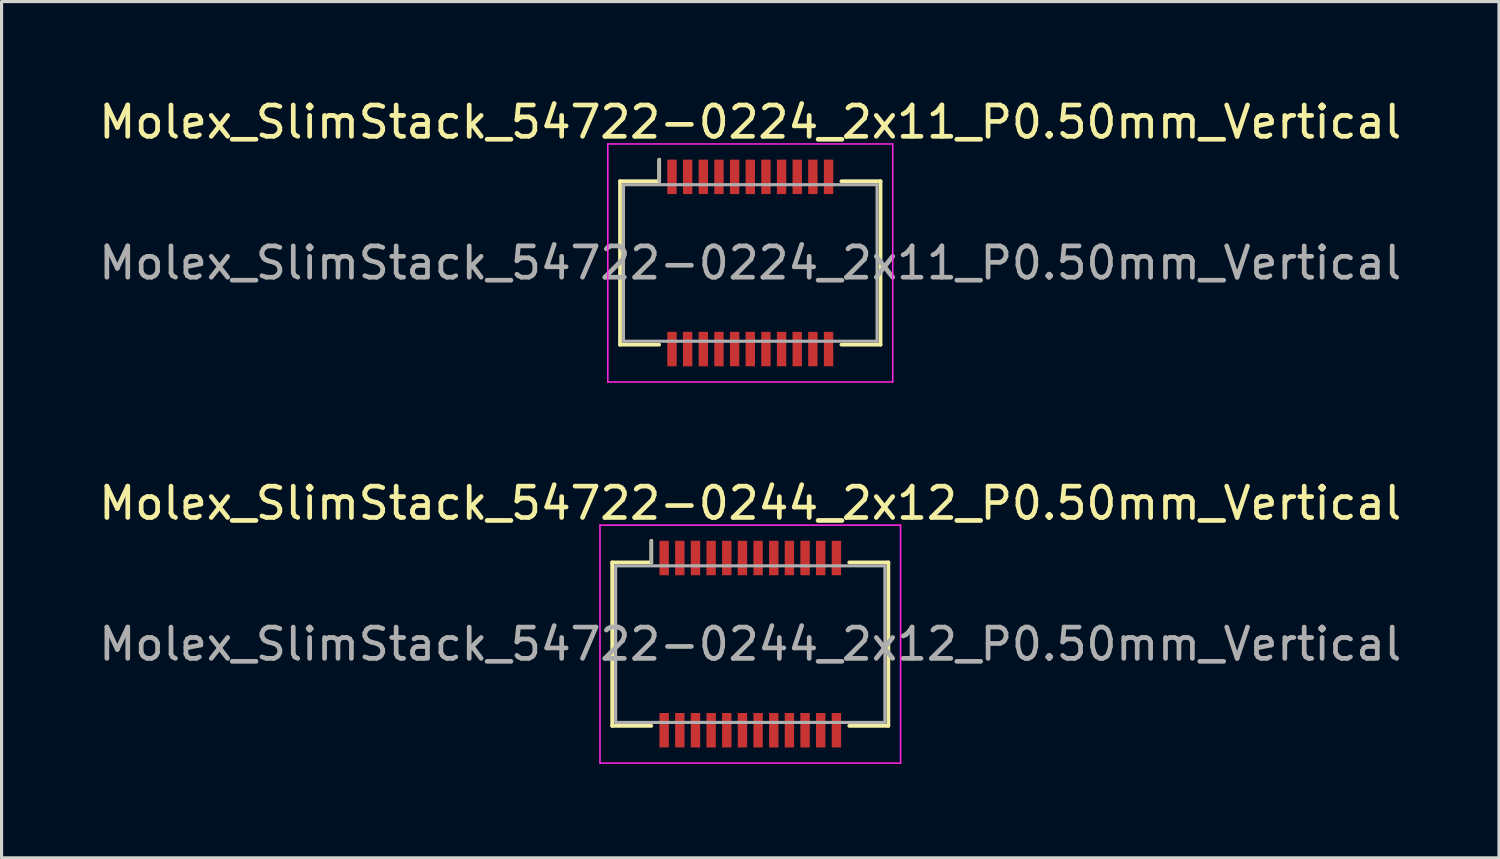
<source format=kicad_pcb>
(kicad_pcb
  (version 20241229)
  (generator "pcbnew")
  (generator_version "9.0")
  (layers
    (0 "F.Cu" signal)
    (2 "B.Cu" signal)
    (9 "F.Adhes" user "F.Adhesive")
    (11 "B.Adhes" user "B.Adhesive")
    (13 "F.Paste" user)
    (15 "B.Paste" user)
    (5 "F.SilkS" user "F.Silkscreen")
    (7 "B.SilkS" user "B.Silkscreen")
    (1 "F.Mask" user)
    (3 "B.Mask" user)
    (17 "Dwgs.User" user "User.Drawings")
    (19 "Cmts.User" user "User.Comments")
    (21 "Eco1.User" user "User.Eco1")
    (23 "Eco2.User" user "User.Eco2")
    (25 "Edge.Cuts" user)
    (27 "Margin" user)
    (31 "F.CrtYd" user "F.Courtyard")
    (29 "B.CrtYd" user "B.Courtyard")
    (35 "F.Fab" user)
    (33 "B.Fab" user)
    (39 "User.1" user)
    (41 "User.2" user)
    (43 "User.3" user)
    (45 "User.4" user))
  (footprint "Molex_SlimStack_54722-0224_2x11_P0.50mm_Vertical"
    (layer "F.Cu")
    (at 20.911 5.348)
    (property "Reference" "Molex_SlimStack_54722-0224_2x11_P0.50mm_Vertical" (at 0 -4.5 0) (layer "F.SilkS") (effects (font (size 1 1) (thickness 0.15))))
    (attr smd)
    (fp_line (start -4.16 -2.61) (end -2.91 -2.61) (stroke (width 0.12) (type solid)) (layer "F.SilkS"))
    (fp_line (start -4.16 2.61) (end -4.16 -2.61) (stroke (width 0.12) (type solid)) (layer "F.SilkS"))
    (fp_line (start -2.91 -2.61) (end -2.91 -3.3) (stroke (width 0.12) (type solid)) (layer "F.SilkS"))
    (fp_line (start -2.91 2.61) (end -4.16 2.61) (stroke (width 0.12) (type solid)) (layer "F.SilkS"))
    (fp_line (start 2.91 2.61) (end 4.16 2.61) (stroke (width 0.12) (type solid)) (layer "F.SilkS"))
    (fp_line (start 4.16 -2.61) (end 2.91 -2.61) (stroke (width 0.12) (type solid)) (layer "F.SilkS"))
    (fp_line (start 4.16 2.61) (end 4.16 -2.61) (stroke (width 0.12) (type solid)) (layer "F.SilkS"))
    (fp_line (start -4.55 -3.8) (end -4.55 3.8) (stroke (width 0.05) (type solid)) (layer "F.CrtYd"))
    (fp_line (start -4.55 3.8) (end 4.55 3.8) (stroke (width 0.05) (type solid)) (layer "F.CrtYd"))
    (fp_line (start 4.55 -3.8) (end -4.55 -3.8) (stroke (width 0.05) (type solid)) (layer "F.CrtYd"))
    (fp_line (start 4.55 3.8) (end 4.55 -3.8) (stroke (width 0.05) (type solid)) (layer "F.CrtYd"))
    (fp_line (start -4.05 -2.5) (end -4.05 2.5) (stroke (width 0.1) (type solid)) (layer "F.Fab"))
    (fp_line (start -4.05 2.5) (end 4.05 2.5) (stroke (width 0.1) (type solid)) (layer "F.Fab"))
    (fp_line (start -2.91 -2.61) (end -2.91 -3.3) (stroke (width 0.1) (type solid)) (layer "F.Fab"))
    (fp_line (start 4.05 -2.5) (end -4.05 -2.5) (stroke (width 0.1) (type solid)) (layer "F.Fab"))
    (fp_line (start 4.05 2.5) (end 4.05 -2.5) (stroke (width 0.1) (type solid)) (layer "F.Fab"))
    (fp_text user "${REFERENCE}" (at 0 0 0) (layer "F.Fab") (effects (font (size 1 1) (thickness 0.15))))
    (pad "1" smd rect (at -2.5 -2.75) (size 0.3 1.1) (layers "F.Cu" "F.Mask" "F.Paste"))
    (pad "2" smd rect (at -2.5 2.75) (size 0.3 1.1) (layers "F.Cu" "F.Mask" "F.Paste"))
    (pad "3" smd rect (at -2 -2.75) (size 0.3 1.1) (layers "F.Cu" "F.Mask" "F.Paste"))
    (pad "4" smd rect (at -2 2.75) (size 0.3 1.1) (layers "F.Cu" "F.Mask" "F.Paste"))
    (pad "5" smd rect (at -1.5 -2.75) (size 0.3 1.1) (layers "F.Cu" "F.Mask" "F.Paste"))
    (pad "6" smd rect (at -1.5 2.75) (size 0.3 1.1) (layers "F.Cu" "F.Mask" "F.Paste"))
    (pad "7" smd rect (at -1 -2.75) (size 0.3 1.1) (layers "F.Cu" "F.Mask" "F.Paste"))
    (pad "8" smd rect (at -1 2.75) (size 0.3 1.1) (layers "F.Cu" "F.Mask" "F.Paste"))
    (pad "9" smd rect (at -0.5 -2.75) (size 0.3 1.1) (layers "F.Cu" "F.Mask" "F.Paste"))
    (pad "10" smd rect (at -0.5 2.75) (size 0.3 1.1) (layers "F.Cu" "F.Mask" "F.Paste"))
    (pad "11" smd rect (at 0 -2.75) (size 0.3 1.1) (layers "F.Cu" "F.Mask" "F.Paste"))
    (pad "12" smd rect (at 0 2.75) (size 0.3 1.1) (layers "F.Cu" "F.Mask" "F.Paste"))
    (pad "13" smd rect (at 0.5 -2.75) (size 0.3 1.1) (layers "F.Cu" "F.Mask" "F.Paste"))
    (pad "14" smd rect (at 0.5 2.75) (size 0.3 1.1) (layers "F.Cu" "F.Mask" "F.Paste"))
    (pad "15" smd rect (at 1 -2.75) (size 0.3 1.1) (layers "F.Cu" "F.Mask" "F.Paste"))
    (pad "16" smd rect (at 1 2.75) (size 0.3 1.1) (layers "F.Cu" "F.Mask" "F.Paste"))
    (pad "17" smd rect (at 1.5 -2.75) (size 0.3 1.1) (layers "F.Cu" "F.Mask" "F.Paste"))
    (pad "18" smd rect (at 1.5 2.75) (size 0.3 1.1) (layers "F.Cu" "F.Mask" "F.Paste"))
    (pad "19" smd rect (at 2 -2.75) (size 0.3 1.1) (layers "F.Cu" "F.Mask" "F.Paste"))
    (pad "20" smd rect (at 2 2.75) (size 0.3 1.1) (layers "F.Cu" "F.Mask" "F.Paste"))
    (pad "21" smd rect (at 2.5 -2.75) (size 0.3 1.1) (layers "F.Cu" "F.Mask" "F.Paste"))
    (pad "22" smd rect (at 2.5 2.75) (size 0.3 1.1) (layers "F.Cu" "F.Mask" "F.Paste")))
  (footprint "Molex_SlimStack_54722-0244_2x12_P0.50mm_Vertical"
    (layer "F.Cu")
    (at 20.911 17.521)
    (property "Reference" "Molex_SlimStack_54722-0244_2x12_P0.50mm_Vertical" (at 0 -4.5 0) (layer "F.SilkS") (effects (font (size 1 1) (thickness 0.15))))
    (attr smd)
    (fp_line (start -4.41 -2.61) (end -3.16 -2.61) (stroke (width 0.12) (type solid)) (layer "F.SilkS"))
    (fp_line (start -4.41 2.61) (end -4.41 -2.61) (stroke (width 0.12) (type solid)) (layer "F.SilkS"))
    (fp_line (start -3.16 -2.61) (end -3.16 -3.3) (stroke (width 0.12) (type solid)) (layer "F.SilkS"))
    (fp_line (start -3.16 2.61) (end -4.41 2.61) (stroke (width 0.12) (type solid)) (layer "F.SilkS"))
    (fp_line (start 3.16 2.61) (end 4.41 2.61) (stroke (width 0.12) (type solid)) (layer "F.SilkS"))
    (fp_line (start 4.41 -2.61) (end 3.16 -2.61) (stroke (width 0.12) (type solid)) (layer "F.SilkS"))
    (fp_line (start 4.41 2.61) (end 4.41 -2.61) (stroke (width 0.12) (type solid)) (layer "F.SilkS"))
    (fp_line (start -4.8 -3.8) (end -4.8 3.8) (stroke (width 0.05) (type solid)) (layer "F.CrtYd"))
    (fp_line (start -4.8 3.8) (end 4.8 3.8) (stroke (width 0.05) (type solid)) (layer "F.CrtYd"))
    (fp_line (start 4.8 -3.8) (end -4.8 -3.8) (stroke (width 0.05) (type solid)) (layer "F.CrtYd"))
    (fp_line (start 4.8 3.8) (end 4.8 -3.8) (stroke (width 0.05) (type solid)) (layer "F.CrtYd"))
    (fp_line (start -4.3 -2.5) (end -4.3 2.5) (stroke (width 0.1) (type solid)) (layer "F.Fab"))
    (fp_line (start -4.3 2.5) (end 4.3 2.5) (stroke (width 0.1) (type solid)) (layer "F.Fab"))
    (fp_line (start -3.16 -2.61) (end -3.16 -3.3) (stroke (width 0.1) (type solid)) (layer "F.Fab"))
    (fp_line (start 4.3 -2.5) (end -4.3 -2.5) (stroke (width 0.1) (type solid)) (layer "F.Fab"))
    (fp_line (start 4.3 2.5) (end 4.3 -2.5) (stroke (width 0.1) (type solid)) (layer "F.Fab"))
    (fp_text user "${REFERENCE}" (at 0 0 0) (layer "F.Fab") (effects (font (size 1 1) (thickness 0.15))))
    (pad "1" smd rect (at -2.75 -2.75) (size 0.3 1.1) (layers "F.Cu" "F.Mask" "F.Paste"))
    (pad "2" smd rect (at -2.75 2.75) (size 0.3 1.1) (layers "F.Cu" "F.Mask" "F.Paste"))
    (pad "3" smd rect (at -2.25 -2.75) (size 0.3 1.1) (layers "F.Cu" "F.Mask" "F.Paste"))
    (pad "4" smd rect (at -2.25 2.75) (size 0.3 1.1) (layers "F.Cu" "F.Mask" "F.Paste"))
    (pad "5" smd rect (at -1.75 -2.75) (size 0.3 1.1) (layers "F.Cu" "F.Mask" "F.Paste"))
    (pad "6" smd rect (at -1.75 2.75) (size 0.3 1.1) (layers "F.Cu" "F.Mask" "F.Paste"))
    (pad "7" smd rect (at -1.25 -2.75) (size 0.3 1.1) (layers "F.Cu" "F.Mask" "F.Paste"))
    (pad "8" smd rect (at -1.25 2.75) (size 0.3 1.1) (layers "F.Cu" "F.Mask" "F.Paste"))
    (pad "9" smd rect (at -0.75 -2.75) (size 0.3 1.1) (layers "F.Cu" "F.Mask" "F.Paste"))
    (pad "10" smd rect (at -0.75 2.75) (size 0.3 1.1) (layers "F.Cu" "F.Mask" "F.Paste"))
    (pad "11" smd rect (at -0.25 -2.75) (size 0.3 1.1) (layers "F.Cu" "F.Mask" "F.Paste"))
    (pad "12" smd rect (at -0.25 2.75) (size 0.3 1.1) (layers "F.Cu" "F.Mask" "F.Paste"))
    (pad "13" smd rect (at 0.25 -2.75) (size 0.3 1.1) (layers "F.Cu" "F.Mask" "F.Paste"))
    (pad "14" smd rect (at 0.25 2.75) (size 0.3 1.1) (layers "F.Cu" "F.Mask" "F.Paste"))
    (pad "15" smd rect (at 0.75 -2.75) (size 0.3 1.1) (layers "F.Cu" "F.Mask" "F.Paste"))
    (pad "16" smd rect (at 0.75 2.75) (size 0.3 1.1) (layers "F.Cu" "F.Mask" "F.Paste"))
    (pad "17" smd rect (at 1.25 -2.75) (size 0.3 1.1) (layers "F.Cu" "F.Mask" "F.Paste"))
    (pad "18" smd rect (at 1.25 2.75) (size 0.3 1.1) (layers "F.Cu" "F.Mask" "F.Paste"))
    (pad "19" smd rect (at 1.75 -2.75) (size 0.3 1.1) (layers "F.Cu" "F.Mask" "F.Paste"))
    (pad "20" smd rect (at 1.75 2.75) (size 0.3 1.1) (layers "F.Cu" "F.Mask" "F.Paste"))
    (pad "21" smd rect (at 2.25 -2.75) (size 0.3 1.1) (layers "F.Cu" "F.Mask" "F.Paste"))
    (pad "22" smd rect (at 2.25 2.75) (size 0.3 1.1) (layers "F.Cu" "F.Mask" "F.Paste"))
    (pad "23" smd rect (at 2.75 -2.75) (size 0.3 1.1) (layers "F.Cu" "F.Mask" "F.Paste"))
    (pad "24" smd rect (at 2.75 2.75) (size 0.3 1.1) (layers "F.Cu" "F.Mask" "F.Paste")))
  (gr_rect
    (start -3 -3)
    (end 44.821 24.346)
    (stroke (width 0.1) (type default))
    (fill no)
    (layer "Edge.Cuts")))
</source>
